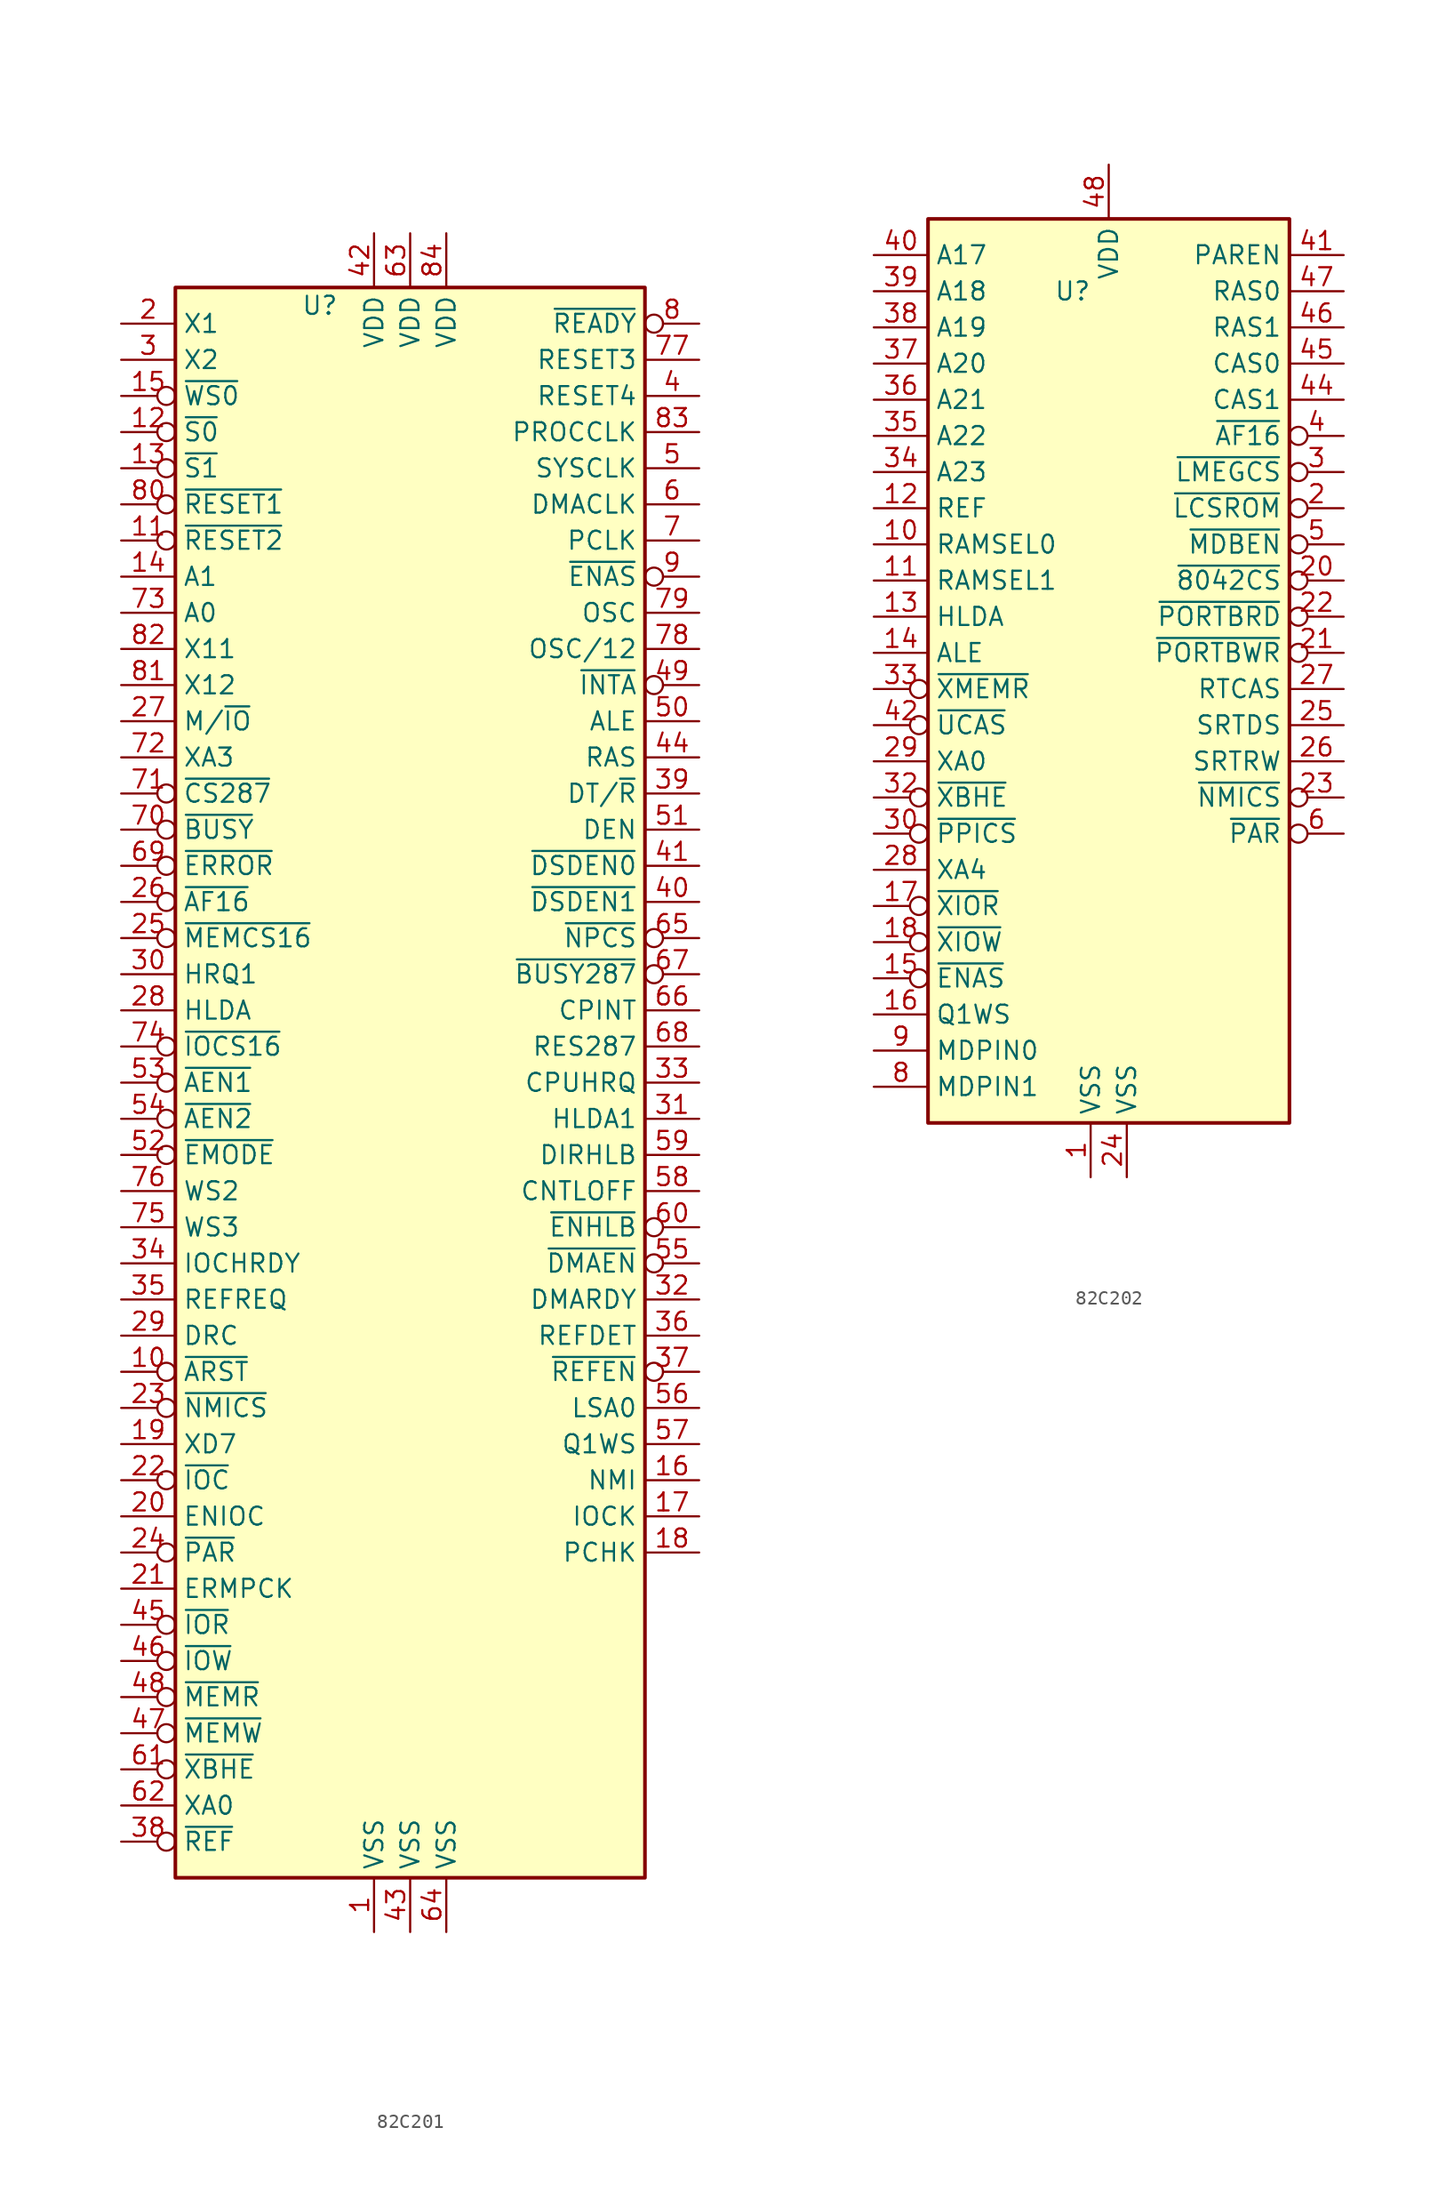
<source format=kicad_sym>
(kicad_symbol_lib
  (version 20231120)
  (generator "kicad_symbol_editor")
  (generator_version "8.0")
  (symbol "82C201"
    (property "Reference" "U"
      (at -6.35 54.61 0)
      (effects (font (size 1.27 1.27))))
    (property "Value" ""
      (at -6.35 54.61 0)
      (effects (font (size 1.27 1.27))))
    (symbol "82C201_1_1"
      (rectangle (start -16.51 55.88) (end 16.51 -55.88) (stroke (width 0.254) (type default)) (fill (type background)))
      (pin power_in line (at -2.54 -59.69 90) (length 3.81) (name "VSS" (effects (font (size 1.27 1.27)))) (number "1" (effects (font (size 1.27 1.27)))))
      (pin input inverted (at -20.32 -20.32 0) (length 3.81) (name "~{ARST}" (effects (font (size 1.27 1.27)))) (number "10" (effects (font (size 1.27 1.27)))))
      (pin input inverted (at -20.32 38.1 0) (length 3.81) (name "~{RESET2}" (effects (font (size 1.27 1.27)))) (number "11" (effects (font (size 1.27 1.27)))))
      (pin input inverted (at -20.32 45.72 0) (length 3.81) (name "~{S0}" (effects (font (size 1.27 1.27)))) (number "12" (effects (font (size 1.27 1.27)))))
      (pin input inverted (at -20.32 43.18 0) (length 3.81) (name "~{S1}" (effects (font (size 1.27 1.27)))) (number "13" (effects (font (size 1.27 1.27)))))
      (pin input line (at -20.32 35.56 0) (length 3.81) (name "A1" (effects (font (size 1.27 1.27)))) (number "14" (effects (font (size 1.27 1.27)))))
      (pin input inverted (at -20.32 48.26 0) (length 3.81) (name "~{WS0}" (effects (font (size 1.27 1.27)))) (number "15" (effects (font (size 1.27 1.27)))))
      (pin output line (at 20.32 -27.94 180) (length 3.81) (name "NMI" (effects (font (size 1.27 1.27)))) (number "16" (effects (font (size 1.27 1.27)))))
      (pin output line (at 20.32 -30.48 180) (length 3.81) (name "IOCK" (effects (font (size 1.27 1.27)))) (number "17" (effects (font (size 1.27 1.27)))))
      (pin output line (at 20.32 -33.02 180) (length 3.81) (name "PCHK" (effects (font (size 1.27 1.27)))) (number "18" (effects (font (size 1.27 1.27)))))
      (pin input line (at -20.32 -25.4 0) (length 3.81) (name "XD7" (effects (font (size 1.27 1.27)))) (number "19" (effects (font (size 1.27 1.27)))))
      (pin input line (at -20.32 53.34 0) (length 3.81) (name "X1" (effects (font (size 1.27 1.27)))) (number "2" (effects (font (size 1.27 1.27)))))
      (pin input line (at -20.32 -30.48 0) (length 3.81) (name "ENIOC" (effects (font (size 1.27 1.27)))) (number "20" (effects (font (size 1.27 1.27)))))
      (pin input line (at -20.32 -35.56 0) (length 3.81) (name "ERMPCK" (effects (font (size 1.27 1.27)))) (number "21" (effects (font (size 1.27 1.27)))))
      (pin input inverted (at -20.32 -27.94 0) (length 3.81) (name "~{IOC}" (effects (font (size 1.27 1.27)))) (number "22" (effects (font (size 1.27 1.27)))))
      (pin input inverted (at -20.32 -22.86 0) (length 3.81) (name "~{NMICS}" (effects (font (size 1.27 1.27)))) (number "23" (effects (font (size 1.27 1.27)))))
      (pin input inverted (at -20.32 -33.02 0) (length 3.81) (name "~{PAR}" (effects (font (size 1.27 1.27)))) (number "24" (effects (font (size 1.27 1.27)))))
      (pin input inverted (at -20.32 10.16 0) (length 3.81) (name "~{MEMCS16}" (effects (font (size 1.27 1.27)))) (number "25" (effects (font (size 1.27 1.27)))))
      (pin input inverted (at -20.32 12.7 0) (length 3.81) (name "~{AF16}" (effects (font (size 1.27 1.27)))) (number "26" (effects (font (size 1.27 1.27)))))
      (pin input line (at -20.32 25.4 0) (length 3.81) (name "M/~{IO}" (effects (font (size 1.27 1.27)))) (number "27" (effects (font (size 1.27 1.27)))))
      (pin input line (at -20.32 5.08 0) (length 3.81) (name "HLDA" (effects (font (size 1.27 1.27)))) (number "28" (effects (font (size 1.27 1.27)))))
      (pin input line (at -20.32 -17.78 0) (length 3.81) (name "DRC" (effects (font (size 1.27 1.27)))) (number "29" (effects (font (size 1.27 1.27)))))
      (pin input line (at -20.32 50.8 0) (length 3.81) (name "X2" (effects (font (size 1.27 1.27)))) (number "3" (effects (font (size 1.27 1.27)))))
      (pin input line (at -20.32 7.62 0) (length 3.81) (name "HRQ1" (effects (font (size 1.27 1.27)))) (number "30" (effects (font (size 1.27 1.27)))))
      (pin output line (at 20.32 -2.54 180) (length 3.81) (name "HLDA1" (effects (font (size 1.27 1.27)))) (number "31" (effects (font (size 1.27 1.27)))))
      (pin output line (at 20.32 -15.24 180) (length 3.81) (name "DMARDY" (effects (font (size 1.27 1.27)))) (number "32" (effects (font (size 1.27 1.27)))))
      (pin output line (at 20.32 0 180) (length 3.81) (name "CPUHRQ" (effects (font (size 1.27 1.27)))) (number "33" (effects (font (size 1.27 1.27)))))
      (pin input line (at -20.32 -12.7 0) (length 3.81) (name "IOCHRDY" (effects (font (size 1.27 1.27)))) (number "34" (effects (font (size 1.27 1.27)))))
      (pin input line (at -20.32 -15.24 0) (length 3.81) (name "REFREQ" (effects (font (size 1.27 1.27)))) (number "35" (effects (font (size 1.27 1.27)))))
      (pin output line (at 20.32 -17.78 180) (length 3.81) (name "REFDET" (effects (font (size 1.27 1.27)))) (number "36" (effects (font (size 1.27 1.27)))))
      (pin output inverted (at 20.32 -20.32 180) (length 3.81) (name "~{REFEN}" (effects (font (size 1.27 1.27)))) (number "37" (effects (font (size 1.27 1.27)))))
      (pin bidirectional inverted (at -20.32 -53.34 0) (length 3.81) (name "~{REF}" (effects (font (size 1.27 1.27)))) (number "38" (effects (font (size 1.27 1.27)))))
      (pin output line (at 20.32 20.32 180) (length 3.81) (name "DT/~{R}" (effects (font (size 1.27 1.27)))) (number "39" (effects (font (size 1.27 1.27)))))
      (pin output line (at 20.32 48.26 180) (length 3.81) (name "RESET4" (effects (font (size 1.27 1.27)))) (number "4" (effects (font (size 1.27 1.27)))))
      (pin output line (at 20.32 12.7 180) (length 3.81) (name "~{DSDEN1}" (effects (font (size 1.27 1.27)))) (number "40" (effects (font (size 1.27 1.27)))))
      (pin output line (at 20.32 15.24 180) (length 3.81) (name "~{DSDEN0}" (effects (font (size 1.27 1.27)))) (number "41" (effects (font (size 1.27 1.27)))))
      (pin power_in line (at -2.54 59.69 270) (length 3.81) (name "VDD" (effects (font (size 1.27 1.27)))) (number "42" (effects (font (size 1.27 1.27)))))
      (pin power_in line (at 0 -59.69 90) (length 3.81) (name "VSS" (effects (font (size 1.27 1.27)))) (number "43" (effects (font (size 1.27 1.27)))))
      (pin output line (at 20.32 22.86 180) (length 3.81) (name "RAS" (effects (font (size 1.27 1.27)))) (number "44" (effects (font (size 1.27 1.27)))))
      (pin tri_state inverted (at -20.32 -38.1 0) (length 3.81) (name "~{IOR}" (effects (font (size 1.27 1.27)))) (number "45" (effects (font (size 1.27 1.27)))))
      (pin tri_state inverted (at -20.32 -40.64 0) (length 3.81) (name "~{IOW}" (effects (font (size 1.27 1.27)))) (number "46" (effects (font (size 1.27 1.27)))))
      (pin tri_state inverted (at -20.32 -45.72 0) (length 3.81) (name "~{MEMW}" (effects (font (size 1.27 1.27)))) (number "47" (effects (font (size 1.27 1.27)))))
      (pin tri_state inverted (at -20.32 -43.18 0) (length 3.81) (name "~{MEMR}" (effects (font (size 1.27 1.27)))) (number "48" (effects (font (size 1.27 1.27)))))
      (pin output inverted (at 20.32 27.94 180) (length 3.81) (name "~{INTA}" (effects (font (size 1.27 1.27)))) (number "49" (effects (font (size 1.27 1.27)))))
      (pin output line (at 20.32 43.18 180) (length 3.81) (name "SYSCLK" (effects (font (size 1.27 1.27)))) (number "5" (effects (font (size 1.27 1.27)))))
      (pin output line (at 20.32 25.4 180) (length 3.81) (name "ALE" (effects (font (size 1.27 1.27)))) (number "50" (effects (font (size 1.27 1.27)))))
      (pin output line (at 20.32 17.78 180) (length 3.81) (name "DEN" (effects (font (size 1.27 1.27)))) (number "51" (effects (font (size 1.27 1.27)))))
      (pin input inverted (at -20.32 -5.08 0) (length 3.81) (name "~{EMODE}" (effects (font (size 1.27 1.27)))) (number "52" (effects (font (size 1.27 1.27)))))
      (pin input inverted (at -20.32 0 0) (length 3.81) (name "~{AEN1}" (effects (font (size 1.27 1.27)))) (number "53" (effects (font (size 1.27 1.27)))))
      (pin input inverted (at -20.32 -2.54 0) (length 3.81) (name "~{AEN2}" (effects (font (size 1.27 1.27)))) (number "54" (effects (font (size 1.27 1.27)))))
      (pin output inverted (at 20.32 -12.7 180) (length 3.81) (name "~{DMAEN}" (effects (font (size 1.27 1.27)))) (number "55" (effects (font (size 1.27 1.27)))))
      (pin output line (at 20.32 -22.86 180) (length 3.81) (name "LSA0" (effects (font (size 1.27 1.27)))) (number "56" (effects (font (size 1.27 1.27)))))
      (pin output line (at 20.32 -25.4 180) (length 3.81) (name "Q1WS" (effects (font (size 1.27 1.27)))) (number "57" (effects (font (size 1.27 1.27)))))
      (pin output line (at 20.32 -7.62 180) (length 3.81) (name "CNTLOFF" (effects (font (size 1.27 1.27)))) (number "58" (effects (font (size 1.27 1.27)))))
      (pin output line (at 20.32 -5.08 180) (length 3.81) (name "DIRHLB" (effects (font (size 1.27 1.27)))) (number "59" (effects (font (size 1.27 1.27)))))
      (pin output line (at 20.32 40.64 180) (length 3.81) (name "DMACLK" (effects (font (size 1.27 1.27)))) (number "6" (effects (font (size 1.27 1.27)))))
      (pin output inverted (at 20.32 -10.16 180) (length 3.81) (name "~{ENHLB}" (effects (font (size 1.27 1.27)))) (number "60" (effects (font (size 1.27 1.27)))))
      (pin bidirectional inverted (at -20.32 -48.26 0) (length 3.81) (name "~{XBHE}" (effects (font (size 1.27 1.27)))) (number "61" (effects (font (size 1.27 1.27)))))
      (pin bidirectional line (at -20.32 -50.8 0) (length 3.81) (name "XA0" (effects (font (size 1.27 1.27)))) (number "62" (effects (font (size 1.27 1.27)))))
      (pin power_in line (at 0 59.69 270) (length 3.81) (name "VDD" (effects (font (size 1.27 1.27)))) (number "63" (effects (font (size 1.27 1.27)))))
      (pin power_in line (at 2.54 -59.69 90) (length 3.81) (name "VSS" (effects (font (size 1.27 1.27)))) (number "64" (effects (font (size 1.27 1.27)))))
      (pin output inverted (at 20.32 10.16 180) (length 3.81) (name "~{NPCS}" (effects (font (size 1.27 1.27)))) (number "65" (effects (font (size 1.27 1.27)))))
      (pin output line (at 20.32 5.08 180) (length 3.81) (name "CPINT" (effects (font (size 1.27 1.27)))) (number "66" (effects (font (size 1.27 1.27)))))
      (pin output inverted (at 20.32 7.62 180) (length 3.81) (name "~{BUSY287}" (effects (font (size 1.27 1.27)))) (number "67" (effects (font (size 1.27 1.27)))))
      (pin output line (at 20.32 2.54 180) (length 3.81) (name "RES287" (effects (font (size 1.27 1.27)))) (number "68" (effects (font (size 1.27 1.27)))))
      (pin input inverted (at -20.32 15.24 0) (length 3.81) (name "~{ERROR}" (effects (font (size 1.27 1.27)))) (number "69" (effects (font (size 1.27 1.27)))))
      (pin output line (at 20.32 38.1 180) (length 3.81) (name "PCLK" (effects (font (size 1.27 1.27)))) (number "7" (effects (font (size 1.27 1.27)))))
      (pin input inverted (at -20.32 17.78 0) (length 3.81) (name "~{BUSY}" (effects (font (size 1.27 1.27)))) (number "70" (effects (font (size 1.27 1.27)))))
      (pin input inverted (at -20.32 20.32 0) (length 3.81) (name "~{CS287}" (effects (font (size 1.27 1.27)))) (number "71" (effects (font (size 1.27 1.27)))))
      (pin input line (at -20.32 22.86 0) (length 3.81) (name "XA3" (effects (font (size 1.27 1.27)))) (number "72" (effects (font (size 1.27 1.27)))))
      (pin input line (at -20.32 33.02 0) (length 3.81) (name "A0" (effects (font (size 1.27 1.27)))) (number "73" (effects (font (size 1.27 1.27)))))
      (pin input inverted (at -20.32 2.54 0) (length 3.81) (name "~{IOCS16}" (effects (font (size 1.27 1.27)))) (number "74" (effects (font (size 1.27 1.27)))))
      (pin input line (at -20.32 -10.16 0) (length 3.81) (name "WS3" (effects (font (size 1.27 1.27)))) (number "75" (effects (font (size 1.27 1.27)))))
      (pin input line (at -20.32 -7.62 0) (length 3.81) (name "WS2" (effects (font (size 1.27 1.27)))) (number "76" (effects (font (size 1.27 1.27)))))
      (pin output line (at 20.32 50.8 180) (length 3.81) (name "RESET3" (effects (font (size 1.27 1.27)))) (number "77" (effects (font (size 1.27 1.27)))))
      (pin output line (at 20.32 30.48 180) (length 3.81) (name "OSC/12" (effects (font (size 1.27 1.27)))) (number "78" (effects (font (size 1.27 1.27)))))
      (pin output line (at 20.32 33.02 180) (length 3.81) (name "OSC" (effects (font (size 1.27 1.27)))) (number "79" (effects (font (size 1.27 1.27)))))
      (pin output inverted (at 20.32 53.34 180) (length 3.81) (name "~{READY}" (effects (font (size 1.27 1.27)))) (number "8" (effects (font (size 1.27 1.27)))))
      (pin input inverted (at -20.32 40.64 0) (length 3.81) (name "~{RESET1}" (effects (font (size 1.27 1.27)))) (number "80" (effects (font (size 1.27 1.27)))))
      (pin input line (at -20.32 27.94 0) (length 3.81) (name "X12" (effects (font (size 1.27 1.27)))) (number "81" (effects (font (size 1.27 1.27)))))
      (pin input line (at -20.32 30.48 0) (length 3.81) (name "X11" (effects (font (size 1.27 1.27)))) (number "82" (effects (font (size 1.27 1.27)))))
      (pin output line (at 20.32 45.72 180) (length 3.81) (name "PROCCLK" (effects (font (size 1.27 1.27)))) (number "83" (effects (font (size 1.27 1.27)))))
      (pin power_in line (at 2.54 59.69 270) (length 3.81) (name "VDD" (effects (font (size 1.27 1.27)))) (number "84" (effects (font (size 1.27 1.27)))))
      (pin output inverted (at 20.32 35.56 180) (length 3.81) (name "~{ENAS}" (effects (font (size 1.27 1.27)))) (number "9" (effects (font (size 1.27 1.27)))))))
  (symbol "82C202"
    (property "Reference" "U"
      (at -2.54 26.67 0)
      (effects (font (size 1.27 1.27))))
    (property "Value" ""
      (at -2.54 26.67 0)
      (effects (font (size 1.27 1.27))))
    (symbol "82C202_1_1"
      (rectangle (start -12.7 31.75) (end 12.7 -31.75) (stroke (width 0.254) (type default)) (fill (type background)))
      (pin power_in line (at -1.27 -35.56 90) (length 3.81) (name "VSS" (effects (font (size 1.27 1.27)))) (number "1" (effects (font (size 1.27 1.27)))))
      (pin input line (at -16.51 8.89 0) (length 3.81) (name "RAMSEL0" (effects (font (size 1.27 1.27)))) (number "10" (effects (font (size 1.27 1.27)))))
      (pin input line (at -16.51 6.35 0) (length 3.81) (name "RAMSEL1" (effects (font (size 1.27 1.27)))) (number "11" (effects (font (size 1.27 1.27)))))
      (pin input line (at -16.51 11.43 0) (length 3.81) (name "REF" (effects (font (size 1.27 1.27)))) (number "12" (effects (font (size 1.27 1.27)))))
      (pin input line (at -16.51 3.81 0) (length 3.81) (name "HLDA" (effects (font (size 1.27 1.27)))) (number "13" (effects (font (size 1.27 1.27)))))
      (pin input line (at -16.51 1.27 0) (length 3.81) (name "ALE" (effects (font (size 1.27 1.27)))) (number "14" (effects (font (size 1.27 1.27)))))
      (pin input inverted (at -16.51 -21.59 0) (length 3.81) (name "~{ENAS}" (effects (font (size 1.27 1.27)))) (number "15" (effects (font (size 1.27 1.27)))))
      (pin input line (at -16.51 -24.13 0) (length 3.81) (name "Q1WS" (effects (font (size 1.27 1.27)))) (number "16" (effects (font (size 1.27 1.27)))))
      (pin input inverted (at -16.51 -16.51 0) (length 3.81) (name "~{XIOR}" (effects (font (size 1.27 1.27)))) (number "17" (effects (font (size 1.27 1.27)))))
      (pin input inverted (at -16.51 -19.05 0) (length 3.81) (name "~{XIOW}" (effects (font (size 1.27 1.27)))) (number "18" (effects (font (size 1.27 1.27)))))
      (pin output inverted (at 16.51 11.43 180) (length 3.81) (name "~{LCSROM}" (effects (font (size 1.27 1.27)))) (number "2" (effects (font (size 1.27 1.27)))))
      (pin output inverted (at 16.51 6.35 180) (length 3.81) (name "~{8042CS}" (effects (font (size 1.27 1.27)))) (number "20" (effects (font (size 1.27 1.27)))))
      (pin output inverted (at 16.51 1.27 180) (length 3.81) (name "~{PORTBWR}" (effects (font (size 1.27 1.27)))) (number "21" (effects (font (size 1.27 1.27)))))
      (pin output inverted (at 16.51 3.81 180) (length 3.81) (name "~{PORTBRD}" (effects (font (size 1.27 1.27)))) (number "22" (effects (font (size 1.27 1.27)))))
      (pin output inverted (at 16.51 -8.89 180) (length 3.81) (name "~{NMICS}" (effects (font (size 1.27 1.27)))) (number "23" (effects (font (size 1.27 1.27)))))
      (pin power_in line (at 1.27 -35.56 90) (length 3.81) (name "VSS" (effects (font (size 1.27 1.27)))) (number "24" (effects (font (size 1.27 1.27)))))
      (pin output line (at 16.51 -3.81 180) (length 3.81) (name "SRTDS" (effects (font (size 1.27 1.27)))) (number "25" (effects (font (size 1.27 1.27)))))
      (pin output line (at 16.51 -6.35 180) (length 3.81) (name "SRTRW" (effects (font (size 1.27 1.27)))) (number "26" (effects (font (size 1.27 1.27)))))
      (pin output line (at 16.51 -1.27 180) (length 3.81) (name "RTCAS" (effects (font (size 1.27 1.27)))) (number "27" (effects (font (size 1.27 1.27)))))
      (pin input line (at -16.51 -13.97 0) (length 3.81) (name "XA4" (effects (font (size 1.27 1.27)))) (number "28" (effects (font (size 1.27 1.27)))))
      (pin input line (at -16.51 -6.35 0) (length 3.81) (name "XA0" (effects (font (size 1.27 1.27)))) (number "29" (effects (font (size 1.27 1.27)))))
      (pin output inverted (at 16.51 13.97 180) (length 3.81) (name "~{LMEGCS}" (effects (font (size 1.27 1.27)))) (number "3" (effects (font (size 1.27 1.27)))))
      (pin input inverted (at -16.51 -11.43 0) (length 3.81) (name "~{PPICS}" (effects (font (size 1.27 1.27)))) (number "30" (effects (font (size 1.27 1.27)))))
      (pin input inverted (at -16.51 -8.89 0) (length 3.81) (name "~{XBHE}" (effects (font (size 1.27 1.27)))) (number "32" (effects (font (size 1.27 1.27)))))
      (pin input inverted (at -16.51 -1.27 0) (length 3.81) (name "~{XMEMR}" (effects (font (size 1.27 1.27)))) (number "33" (effects (font (size 1.27 1.27)))))
      (pin input line (at -16.51 13.97 0) (length 3.81) (name "A23" (effects (font (size 1.27 1.27)))) (number "34" (effects (font (size 1.27 1.27)))))
      (pin input line (at -16.51 16.51 0) (length 3.81) (name "A22" (effects (font (size 1.27 1.27)))) (number "35" (effects (font (size 1.27 1.27)))))
      (pin input line (at -16.51 19.05 0) (length 3.81) (name "A21" (effects (font (size 1.27 1.27)))) (number "36" (effects (font (size 1.27 1.27)))))
      (pin input line (at -16.51 21.59 0) (length 3.81) (name "A20" (effects (font (size 1.27 1.27)))) (number "37" (effects (font (size 1.27 1.27)))))
      (pin input line (at -16.51 24.13 0) (length 3.81) (name "A19" (effects (font (size 1.27 1.27)))) (number "38" (effects (font (size 1.27 1.27)))))
      (pin input line (at -16.51 26.67 0) (length 3.81) (name "A18" (effects (font (size 1.27 1.27)))) (number "39" (effects (font (size 1.27 1.27)))))
      (pin output inverted (at 16.51 16.51 180) (length 3.81) (name "~{AF16}" (effects (font (size 1.27 1.27)))) (number "4" (effects (font (size 1.27 1.27)))))
      (pin input line (at -16.51 29.21 0) (length 3.81) (name "A17" (effects (font (size 1.27 1.27)))) (number "40" (effects (font (size 1.27 1.27)))))
      (pin output line (at 16.51 29.21 180) (length 3.81) (name "PAREN" (effects (font (size 1.27 1.27)))) (number "41" (effects (font (size 1.27 1.27)))))
      (pin input inverted (at -16.51 -3.81 0) (length 3.81) (name "~{UCAS}" (effects (font (size 1.27 1.27)))) (number "42" (effects (font (size 1.27 1.27)))))
      (pin output line (at 16.51 19.05 180) (length 3.81) (name "CAS1" (effects (font (size 1.27 1.27)))) (number "44" (effects (font (size 1.27 1.27)))))
      (pin output line (at 16.51 21.59 180) (length 3.81) (name "CAS0" (effects (font (size 1.27 1.27)))) (number "45" (effects (font (size 1.27 1.27)))))
      (pin output line (at 16.51 24.13 180) (length 3.81) (name "RAS1" (effects (font (size 1.27 1.27)))) (number "46" (effects (font (size 1.27 1.27)))))
      (pin output line (at 16.51 26.67 180) (length 3.81) (name "RAS0" (effects (font (size 1.27 1.27)))) (number "47" (effects (font (size 1.27 1.27)))))
      (pin power_in line (at 0 35.56 270) (length 3.81) (name "VDD" (effects (font (size 1.27 1.27)))) (number "48" (effects (font (size 1.27 1.27)))))
      (pin output inverted (at 16.51 8.89 180) (length 3.81) (name "~{MDBEN}" (effects (font (size 1.27 1.27)))) (number "5" (effects (font (size 1.27 1.27)))))
      (pin output inverted (at 16.51 -11.43 180) (length 3.81) (name "~{PAR}" (effects (font (size 1.27 1.27)))) (number "6" (effects (font (size 1.27 1.27)))))
      (pin input line (at -16.51 -29.21 0) (length 3.81) (name "MDPIN1" (effects (font (size 1.27 1.27)))) (number "8" (effects (font (size 1.27 1.27)))))
      (pin input line (at -16.51 -26.67 0) (length 3.81) (name "MDPIN0" (effects (font (size 1.27 1.27)))) (number "9" (effects (font (size 1.27 1.27))))))))
</source>
